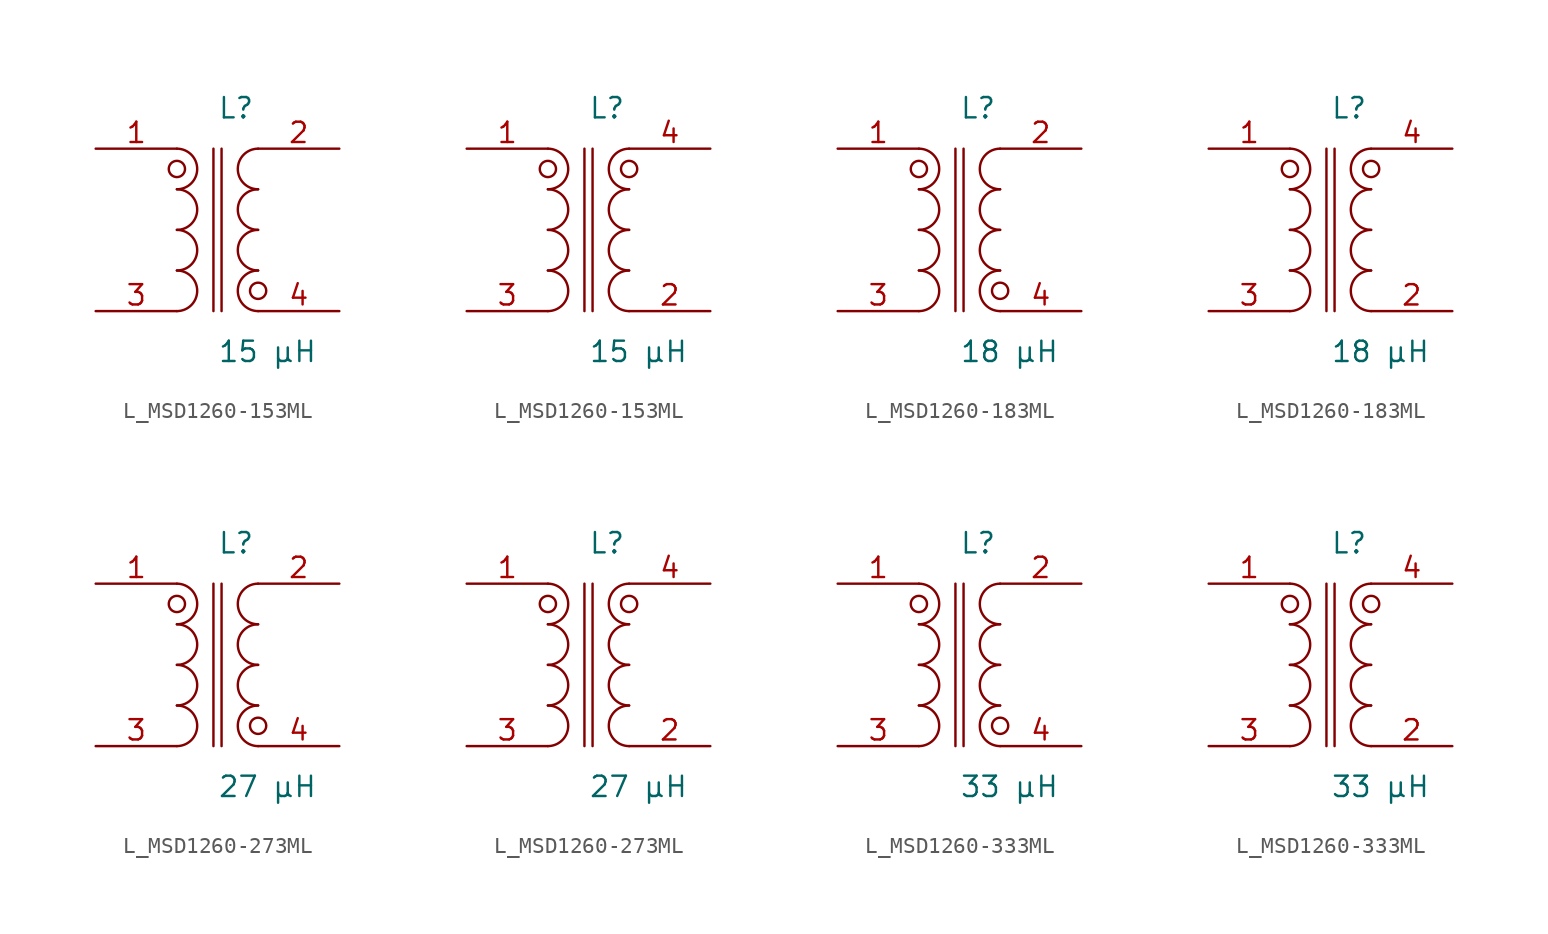
<source format=kicad_sym>
(kicad_symbol_lib
  (version 20231120)
  (generator kicad_symbol_editor)
  (generator_version 8.0)
  (symbol "L_MSD1260-153ML"
    (pin_names
      (offset 0.254))
    (property "Reference" "L"
      (at 0 7.62 0)
      (effects (font (size 1.27 1.27)) (justify left)))
    (property "Value" "15 µH"
      (at 0 -7.62 0)
      (effects (font (size 1.27 1.27)) (justify left)))
    (symbol "L_MSD1260-153ML_1_1"
      (arc (start -2.54 -5.08) (mid -1.27 -3.81) (end -2.54 -2.54) (stroke (width 0) (type default)) (fill (type none)))
      (arc (start -2.54 -2.54) (mid -1.27 -1.27) (end -2.54 0.0) (stroke (width 0) (type default)) (fill (type none)))
      (arc (start -2.54 0.0) (mid -1.27 1.27) (end -2.54 2.54) (stroke (width 0) (type default)) (fill (type none)))
      (arc (start -2.54 2.54) (mid -1.27 3.81) (end -2.54 5.08) (stroke (width 0) (type default)) (fill (type none)))
      (arc (start 2.54 -5.08) (mid 1.27 -3.81) (end 2.54 -2.54) (stroke (width 0) (type default)) (fill (type none)))
      (arc (start 2.54 -2.54) (mid 1.27 -1.27) (end 2.54 0.0) (stroke (width 0) (type default)) (fill (type none)))
      (arc (start 2.54 0.0) (mid 1.27 1.27) (end 2.54 2.54) (stroke (width 0) (type default)) (fill (type none)))
      (arc (start 2.54 2.54) (mid 1.27 3.81) (end 2.54 5.08) (stroke (width 0) (type default)) (fill (type none)))
      (circle (center -2.54 3.81) (radius 0.508) (stroke (width 0) (type default)) (fill (type none)))
      (circle (center 2.54 -3.81) (radius 0.508) (stroke (width 0) (type default)) (fill (type none)))
      (polyline (pts (xy -0.254 5.08) (xy -0.254 -5.08)) (stroke (width 0) (type default)) (fill (type none)))
      (polyline (pts (xy 0.254 5.08) (xy 0.254 -5.08)) (stroke (width 0) (type default)) (fill (type none)))
      (pin passive line (at -7.62 5.08 0) (length 5.08) (name "" (effects (font (size 1.27 1.27)))) (number "1" (effects (font (size 1.27 1.27)))))
      (pin passive line (at -7.62 -5.08 0) (length 5.08) (name "" (effects (font (size 1.27 1.27)))) (number "3" (effects (font (size 1.27 1.27)))))
      (pin passive line (at 7.62 5.08 180) (length 5.08) (name "" (effects (font (size 1.27 1.27)))) (number "2" (effects (font (size 1.27 1.27)))))
      (pin passive line (at 7.62 -5.08 180) (length 5.08) (name "" (effects (font (size 1.27 1.27)))) (number "4" (effects (font (size 1.27 1.27))))))
    (symbol "L_MSD1260-153ML_1_2"
      (arc (start -2.54 -5.08) (mid -1.27 -3.81) (end -2.54 -2.54) (stroke (width 0) (type default)) (fill (type none)))
      (arc (start -2.54 -2.54) (mid -1.27 -1.27) (end -2.54 0.0) (stroke (width 0) (type default)) (fill (type none)))
      (arc (start -2.54 0.0) (mid -1.27 1.27) (end -2.54 2.54) (stroke (width 0) (type default)) (fill (type none)))
      (arc (start -2.54 2.54) (mid -1.27 3.81) (end -2.54 5.08) (stroke (width 0) (type default)) (fill (type none)))
      (arc (start 2.54 -5.08) (mid 1.27 -3.81) (end 2.54 -2.54) (stroke (width 0) (type default)) (fill (type none)))
      (arc (start 2.54 -2.54) (mid 1.27 -1.27) (end 2.54 0.0) (stroke (width 0) (type default)) (fill (type none)))
      (arc (start 2.54 0.0) (mid 1.27 1.27) (end 2.54 2.54) (stroke (width 0) (type default)) (fill (type none)))
      (arc (start 2.54 2.54) (mid 1.27 3.81) (end 2.54 5.08) (stroke (width 0) (type default)) (fill (type none)))
      (circle (center -2.54 3.81) (radius 0.508) (stroke (width 0) (type default)) (fill (type none)))
      (circle (center 2.54 3.81) (radius 0.508) (stroke (width 0) (type default)) (fill (type none)))
      (polyline (pts (xy -0.254 5.08) (xy -0.254 -5.08)) (stroke (width 0) (type default)) (fill (type none)))
      (polyline (pts (xy 0.254 5.08) (xy 0.254 -5.08)) (stroke (width 0) (type default)) (fill (type none)))
      (pin passive line (at -7.62 5.08 0) (length 5.08) (name "" (effects (font (size 1.27 1.27)))) (number "1" (effects (font (size 1.27 1.27)))))
      (pin passive line (at -7.62 -5.08 0) (length 5.08) (name "" (effects (font (size 1.27 1.27)))) (number "3" (effects (font (size 1.27 1.27)))))
      (pin passive line (at 7.62 -5.08 180) (length 5.08) (name "" (effects (font (size 1.27 1.27)))) (number "2" (effects (font (size 1.27 1.27)))))
      (pin passive line (at 7.62 5.08 180) (length 5.08) (name "" (effects (font (size 1.27 1.27)))) (number "4" (effects (font (size 1.27 1.27)))))))
  (symbol "L_MSD1260-183ML"
    (pin_names
      (offset 0.254))
    (property "Reference" "L"
      (at 0 7.62 0)
      (effects (font (size 1.27 1.27)) (justify left)))
    (property "Value" "18 µH"
      (at 0 -7.62 0)
      (effects (font (size 1.27 1.27)) (justify left)))
    (symbol "L_MSD1260-183ML_1_1"
      (arc (start -2.54 -5.08) (mid -1.27 -3.81) (end -2.54 -2.54) (stroke (width 0) (type default)) (fill (type none)))
      (arc (start -2.54 -2.54) (mid -1.27 -1.27) (end -2.54 0.0) (stroke (width 0) (type default)) (fill (type none)))
      (arc (start -2.54 0.0) (mid -1.27 1.27) (end -2.54 2.54) (stroke (width 0) (type default)) (fill (type none)))
      (arc (start -2.54 2.54) (mid -1.27 3.81) (end -2.54 5.08) (stroke (width 0) (type default)) (fill (type none)))
      (arc (start 2.54 -5.08) (mid 1.27 -3.81) (end 2.54 -2.54) (stroke (width 0) (type default)) (fill (type none)))
      (arc (start 2.54 -2.54) (mid 1.27 -1.27) (end 2.54 0.0) (stroke (width 0) (type default)) (fill (type none)))
      (arc (start 2.54 0.0) (mid 1.27 1.27) (end 2.54 2.54) (stroke (width 0) (type default)) (fill (type none)))
      (arc (start 2.54 2.54) (mid 1.27 3.81) (end 2.54 5.08) (stroke (width 0) (type default)) (fill (type none)))
      (circle (center -2.54 3.81) (radius 0.508) (stroke (width 0) (type default)) (fill (type none)))
      (circle (center 2.54 -3.81) (radius 0.508) (stroke (width 0) (type default)) (fill (type none)))
      (polyline (pts (xy -0.254 5.08) (xy -0.254 -5.08)) (stroke (width 0) (type default)) (fill (type none)))
      (polyline (pts (xy 0.254 5.08) (xy 0.254 -5.08)) (stroke (width 0) (type default)) (fill (type none)))
      (pin passive line (at -7.62 5.08 0) (length 5.08) (name "" (effects (font (size 1.27 1.27)))) (number "1" (effects (font (size 1.27 1.27)))))
      (pin passive line (at -7.62 -5.08 0) (length 5.08) (name "" (effects (font (size 1.27 1.27)))) (number "3" (effects (font (size 1.27 1.27)))))
      (pin passive line (at 7.62 5.08 180) (length 5.08) (name "" (effects (font (size 1.27 1.27)))) (number "2" (effects (font (size 1.27 1.27)))))
      (pin passive line (at 7.62 -5.08 180) (length 5.08) (name "" (effects (font (size 1.27 1.27)))) (number "4" (effects (font (size 1.27 1.27))))))
    (symbol "L_MSD1260-183ML_1_2"
      (arc (start -2.54 -5.08) (mid -1.27 -3.81) (end -2.54 -2.54) (stroke (width 0) (type default)) (fill (type none)))
      (arc (start -2.54 -2.54) (mid -1.27 -1.27) (end -2.54 0.0) (stroke (width 0) (type default)) (fill (type none)))
      (arc (start -2.54 0.0) (mid -1.27 1.27) (end -2.54 2.54) (stroke (width 0) (type default)) (fill (type none)))
      (arc (start -2.54 2.54) (mid -1.27 3.81) (end -2.54 5.08) (stroke (width 0) (type default)) (fill (type none)))
      (arc (start 2.54 -5.08) (mid 1.27 -3.81) (end 2.54 -2.54) (stroke (width 0) (type default)) (fill (type none)))
      (arc (start 2.54 -2.54) (mid 1.27 -1.27) (end 2.54 0.0) (stroke (width 0) (type default)) (fill (type none)))
      (arc (start 2.54 0.0) (mid 1.27 1.27) (end 2.54 2.54) (stroke (width 0) (type default)) (fill (type none)))
      (arc (start 2.54 2.54) (mid 1.27 3.81) (end 2.54 5.08) (stroke (width 0) (type default)) (fill (type none)))
      (circle (center -2.54 3.81) (radius 0.508) (stroke (width 0) (type default)) (fill (type none)))
      (circle (center 2.54 3.81) (radius 0.508) (stroke (width 0) (type default)) (fill (type none)))
      (polyline (pts (xy -0.254 5.08) (xy -0.254 -5.08)) (stroke (width 0) (type default)) (fill (type none)))
      (polyline (pts (xy 0.254 5.08) (xy 0.254 -5.08)) (stroke (width 0) (type default)) (fill (type none)))
      (pin passive line (at -7.62 5.08 0) (length 5.08) (name "" (effects (font (size 1.27 1.27)))) (number "1" (effects (font (size 1.27 1.27)))))
      (pin passive line (at -7.62 -5.08 0) (length 5.08) (name "" (effects (font (size 1.27 1.27)))) (number "3" (effects (font (size 1.27 1.27)))))
      (pin passive line (at 7.62 -5.08 180) (length 5.08) (name "" (effects (font (size 1.27 1.27)))) (number "2" (effects (font (size 1.27 1.27)))))
      (pin passive line (at 7.62 5.08 180) (length 5.08) (name "" (effects (font (size 1.27 1.27)))) (number "4" (effects (font (size 1.27 1.27)))))))
  (symbol "L_MSD1260-273ML"
    (pin_names
      (offset 0.254))
    (property "Reference" "L"
      (at 0 7.62 0)
      (effects (font (size 1.27 1.27)) (justify left)))
    (property "Value" "27 µH"
      (at 0 -7.62 0)
      (effects (font (size 1.27 1.27)) (justify left)))
    (symbol "L_MSD1260-273ML_1_1"
      (arc (start -2.54 -5.08) (mid -1.27 -3.81) (end -2.54 -2.54) (stroke (width 0) (type default)) (fill (type none)))
      (arc (start -2.54 -2.54) (mid -1.27 -1.27) (end -2.54 0.0) (stroke (width 0) (type default)) (fill (type none)))
      (arc (start -2.54 0.0) (mid -1.27 1.27) (end -2.54 2.54) (stroke (width 0) (type default)) (fill (type none)))
      (arc (start -2.54 2.54) (mid -1.27 3.81) (end -2.54 5.08) (stroke (width 0) (type default)) (fill (type none)))
      (arc (start 2.54 -5.08) (mid 1.27 -3.81) (end 2.54 -2.54) (stroke (width 0) (type default)) (fill (type none)))
      (arc (start 2.54 -2.54) (mid 1.27 -1.27) (end 2.54 0.0) (stroke (width 0) (type default)) (fill (type none)))
      (arc (start 2.54 0.0) (mid 1.27 1.27) (end 2.54 2.54) (stroke (width 0) (type default)) (fill (type none)))
      (arc (start 2.54 2.54) (mid 1.27 3.81) (end 2.54 5.08) (stroke (width 0) (type default)) (fill (type none)))
      (circle (center -2.54 3.81) (radius 0.508) (stroke (width 0) (type default)) (fill (type none)))
      (circle (center 2.54 -3.81) (radius 0.508) (stroke (width 0) (type default)) (fill (type none)))
      (polyline (pts (xy -0.254 5.08) (xy -0.254 -5.08)) (stroke (width 0) (type default)) (fill (type none)))
      (polyline (pts (xy 0.254 5.08) (xy 0.254 -5.08)) (stroke (width 0) (type default)) (fill (type none)))
      (pin passive line (at -7.62 5.08 0) (length 5.08) (name "" (effects (font (size 1.27 1.27)))) (number "1" (effects (font (size 1.27 1.27)))))
      (pin passive line (at -7.62 -5.08 0) (length 5.08) (name "" (effects (font (size 1.27 1.27)))) (number "3" (effects (font (size 1.27 1.27)))))
      (pin passive line (at 7.62 5.08 180) (length 5.08) (name "" (effects (font (size 1.27 1.27)))) (number "2" (effects (font (size 1.27 1.27)))))
      (pin passive line (at 7.62 -5.08 180) (length 5.08) (name "" (effects (font (size 1.27 1.27)))) (number "4" (effects (font (size 1.27 1.27))))))
    (symbol "L_MSD1260-273ML_1_2"
      (arc (start -2.54 -5.08) (mid -1.27 -3.81) (end -2.54 -2.54) (stroke (width 0) (type default)) (fill (type none)))
      (arc (start -2.54 -2.54) (mid -1.27 -1.27) (end -2.54 0.0) (stroke (width 0) (type default)) (fill (type none)))
      (arc (start -2.54 0.0) (mid -1.27 1.27) (end -2.54 2.54) (stroke (width 0) (type default)) (fill (type none)))
      (arc (start -2.54 2.54) (mid -1.27 3.81) (end -2.54 5.08) (stroke (width 0) (type default)) (fill (type none)))
      (arc (start 2.54 -5.08) (mid 1.27 -3.81) (end 2.54 -2.54) (stroke (width 0) (type default)) (fill (type none)))
      (arc (start 2.54 -2.54) (mid 1.27 -1.27) (end 2.54 0.0) (stroke (width 0) (type default)) (fill (type none)))
      (arc (start 2.54 0.0) (mid 1.27 1.27) (end 2.54 2.54) (stroke (width 0) (type default)) (fill (type none)))
      (arc (start 2.54 2.54) (mid 1.27 3.81) (end 2.54 5.08) (stroke (width 0) (type default)) (fill (type none)))
      (circle (center -2.54 3.81) (radius 0.508) (stroke (width 0) (type default)) (fill (type none)))
      (circle (center 2.54 3.81) (radius 0.508) (stroke (width 0) (type default)) (fill (type none)))
      (polyline (pts (xy -0.254 5.08) (xy -0.254 -5.08)) (stroke (width 0) (type default)) (fill (type none)))
      (polyline (pts (xy 0.254 5.08) (xy 0.254 -5.08)) (stroke (width 0) (type default)) (fill (type none)))
      (pin passive line (at -7.62 5.08 0) (length 5.08) (name "" (effects (font (size 1.27 1.27)))) (number "1" (effects (font (size 1.27 1.27)))))
      (pin passive line (at -7.62 -5.08 0) (length 5.08) (name "" (effects (font (size 1.27 1.27)))) (number "3" (effects (font (size 1.27 1.27)))))
      (pin passive line (at 7.62 -5.08 180) (length 5.08) (name "" (effects (font (size 1.27 1.27)))) (number "2" (effects (font (size 1.27 1.27)))))
      (pin passive line (at 7.62 5.08 180) (length 5.08) (name "" (effects (font (size 1.27 1.27)))) (number "4" (effects (font (size 1.27 1.27)))))))
  (symbol "L_MSD1260-333ML"
    (pin_names
      (offset 0.254))
    (property "Reference" "L"
      (at 0 7.62 0)
      (effects (font (size 1.27 1.27)) (justify left)))
    (property "Value" "33 µH"
      (at 0 -7.62 0)
      (effects (font (size 1.27 1.27)) (justify left)))
    (symbol "L_MSD1260-333ML_1_1"
      (arc (start -2.54 -5.08) (mid -1.27 -3.81) (end -2.54 -2.54) (stroke (width 0) (type default)) (fill (type none)))
      (arc (start -2.54 -2.54) (mid -1.27 -1.27) (end -2.54 0.0) (stroke (width 0) (type default)) (fill (type none)))
      (arc (start -2.54 0.0) (mid -1.27 1.27) (end -2.54 2.54) (stroke (width 0) (type default)) (fill (type none)))
      (arc (start -2.54 2.54) (mid -1.27 3.81) (end -2.54 5.08) (stroke (width 0) (type default)) (fill (type none)))
      (arc (start 2.54 -5.08) (mid 1.27 -3.81) (end 2.54 -2.54) (stroke (width 0) (type default)) (fill (type none)))
      (arc (start 2.54 -2.54) (mid 1.27 -1.27) (end 2.54 0.0) (stroke (width 0) (type default)) (fill (type none)))
      (arc (start 2.54 0.0) (mid 1.27 1.27) (end 2.54 2.54) (stroke (width 0) (type default)) (fill (type none)))
      (arc (start 2.54 2.54) (mid 1.27 3.81) (end 2.54 5.08) (stroke (width 0) (type default)) (fill (type none)))
      (circle (center -2.54 3.81) (radius 0.508) (stroke (width 0) (type default)) (fill (type none)))
      (circle (center 2.54 -3.81) (radius 0.508) (stroke (width 0) (type default)) (fill (type none)))
      (polyline (pts (xy -0.254 5.08) (xy -0.254 -5.08)) (stroke (width 0) (type default)) (fill (type none)))
      (polyline (pts (xy 0.254 5.08) (xy 0.254 -5.08)) (stroke (width 0) (type default)) (fill (type none)))
      (pin passive line (at -7.62 5.08 0) (length 5.08) (name "" (effects (font (size 1.27 1.27)))) (number "1" (effects (font (size 1.27 1.27)))))
      (pin passive line (at -7.62 -5.08 0) (length 5.08) (name "" (effects (font (size 1.27 1.27)))) (number "3" (effects (font (size 1.27 1.27)))))
      (pin passive line (at 7.62 5.08 180) (length 5.08) (name "" (effects (font (size 1.27 1.27)))) (number "2" (effects (font (size 1.27 1.27)))))
      (pin passive line (at 7.62 -5.08 180) (length 5.08) (name "" (effects (font (size 1.27 1.27)))) (number "4" (effects (font (size 1.27 1.27))))))
    (symbol "L_MSD1260-333ML_1_2"
      (arc (start -2.54 -5.08) (mid -1.27 -3.81) (end -2.54 -2.54) (stroke (width 0) (type default)) (fill (type none)))
      (arc (start -2.54 -2.54) (mid -1.27 -1.27) (end -2.54 0.0) (stroke (width 0) (type default)) (fill (type none)))
      (arc (start -2.54 0.0) (mid -1.27 1.27) (end -2.54 2.54) (stroke (width 0) (type default)) (fill (type none)))
      (arc (start -2.54 2.54) (mid -1.27 3.81) (end -2.54 5.08) (stroke (width 0) (type default)) (fill (type none)))
      (arc (start 2.54 -5.08) (mid 1.27 -3.81) (end 2.54 -2.54) (stroke (width 0) (type default)) (fill (type none)))
      (arc (start 2.54 -2.54) (mid 1.27 -1.27) (end 2.54 0.0) (stroke (width 0) (type default)) (fill (type none)))
      (arc (start 2.54 0.0) (mid 1.27 1.27) (end 2.54 2.54) (stroke (width 0) (type default)) (fill (type none)))
      (arc (start 2.54 2.54) (mid 1.27 3.81) (end 2.54 5.08) (stroke (width 0) (type default)) (fill (type none)))
      (circle (center -2.54 3.81) (radius 0.508) (stroke (width 0) (type default)) (fill (type none)))
      (circle (center 2.54 3.81) (radius 0.508) (stroke (width 0) (type default)) (fill (type none)))
      (polyline (pts (xy -0.254 5.08) (xy -0.254 -5.08)) (stroke (width 0) (type default)) (fill (type none)))
      (polyline (pts (xy 0.254 5.08) (xy 0.254 -5.08)) (stroke (width 0) (type default)) (fill (type none)))
      (pin passive line (at -7.62 5.08 0) (length 5.08) (name "" (effects (font (size 1.27 1.27)))) (number "1" (effects (font (size 1.27 1.27)))))
      (pin passive line (at -7.62 -5.08 0) (length 5.08) (name "" (effects (font (size 1.27 1.27)))) (number "3" (effects (font (size 1.27 1.27)))))
      (pin passive line (at 7.62 -5.08 180) (length 5.08) (name "" (effects (font (size 1.27 1.27)))) (number "2" (effects (font (size 1.27 1.27)))))
      (pin passive line (at 7.62 5.08 180) (length 5.08) (name "" (effects (font (size 1.27 1.27)))) (number "4" (effects (font (size 1.27 1.27))))))))
</source>
